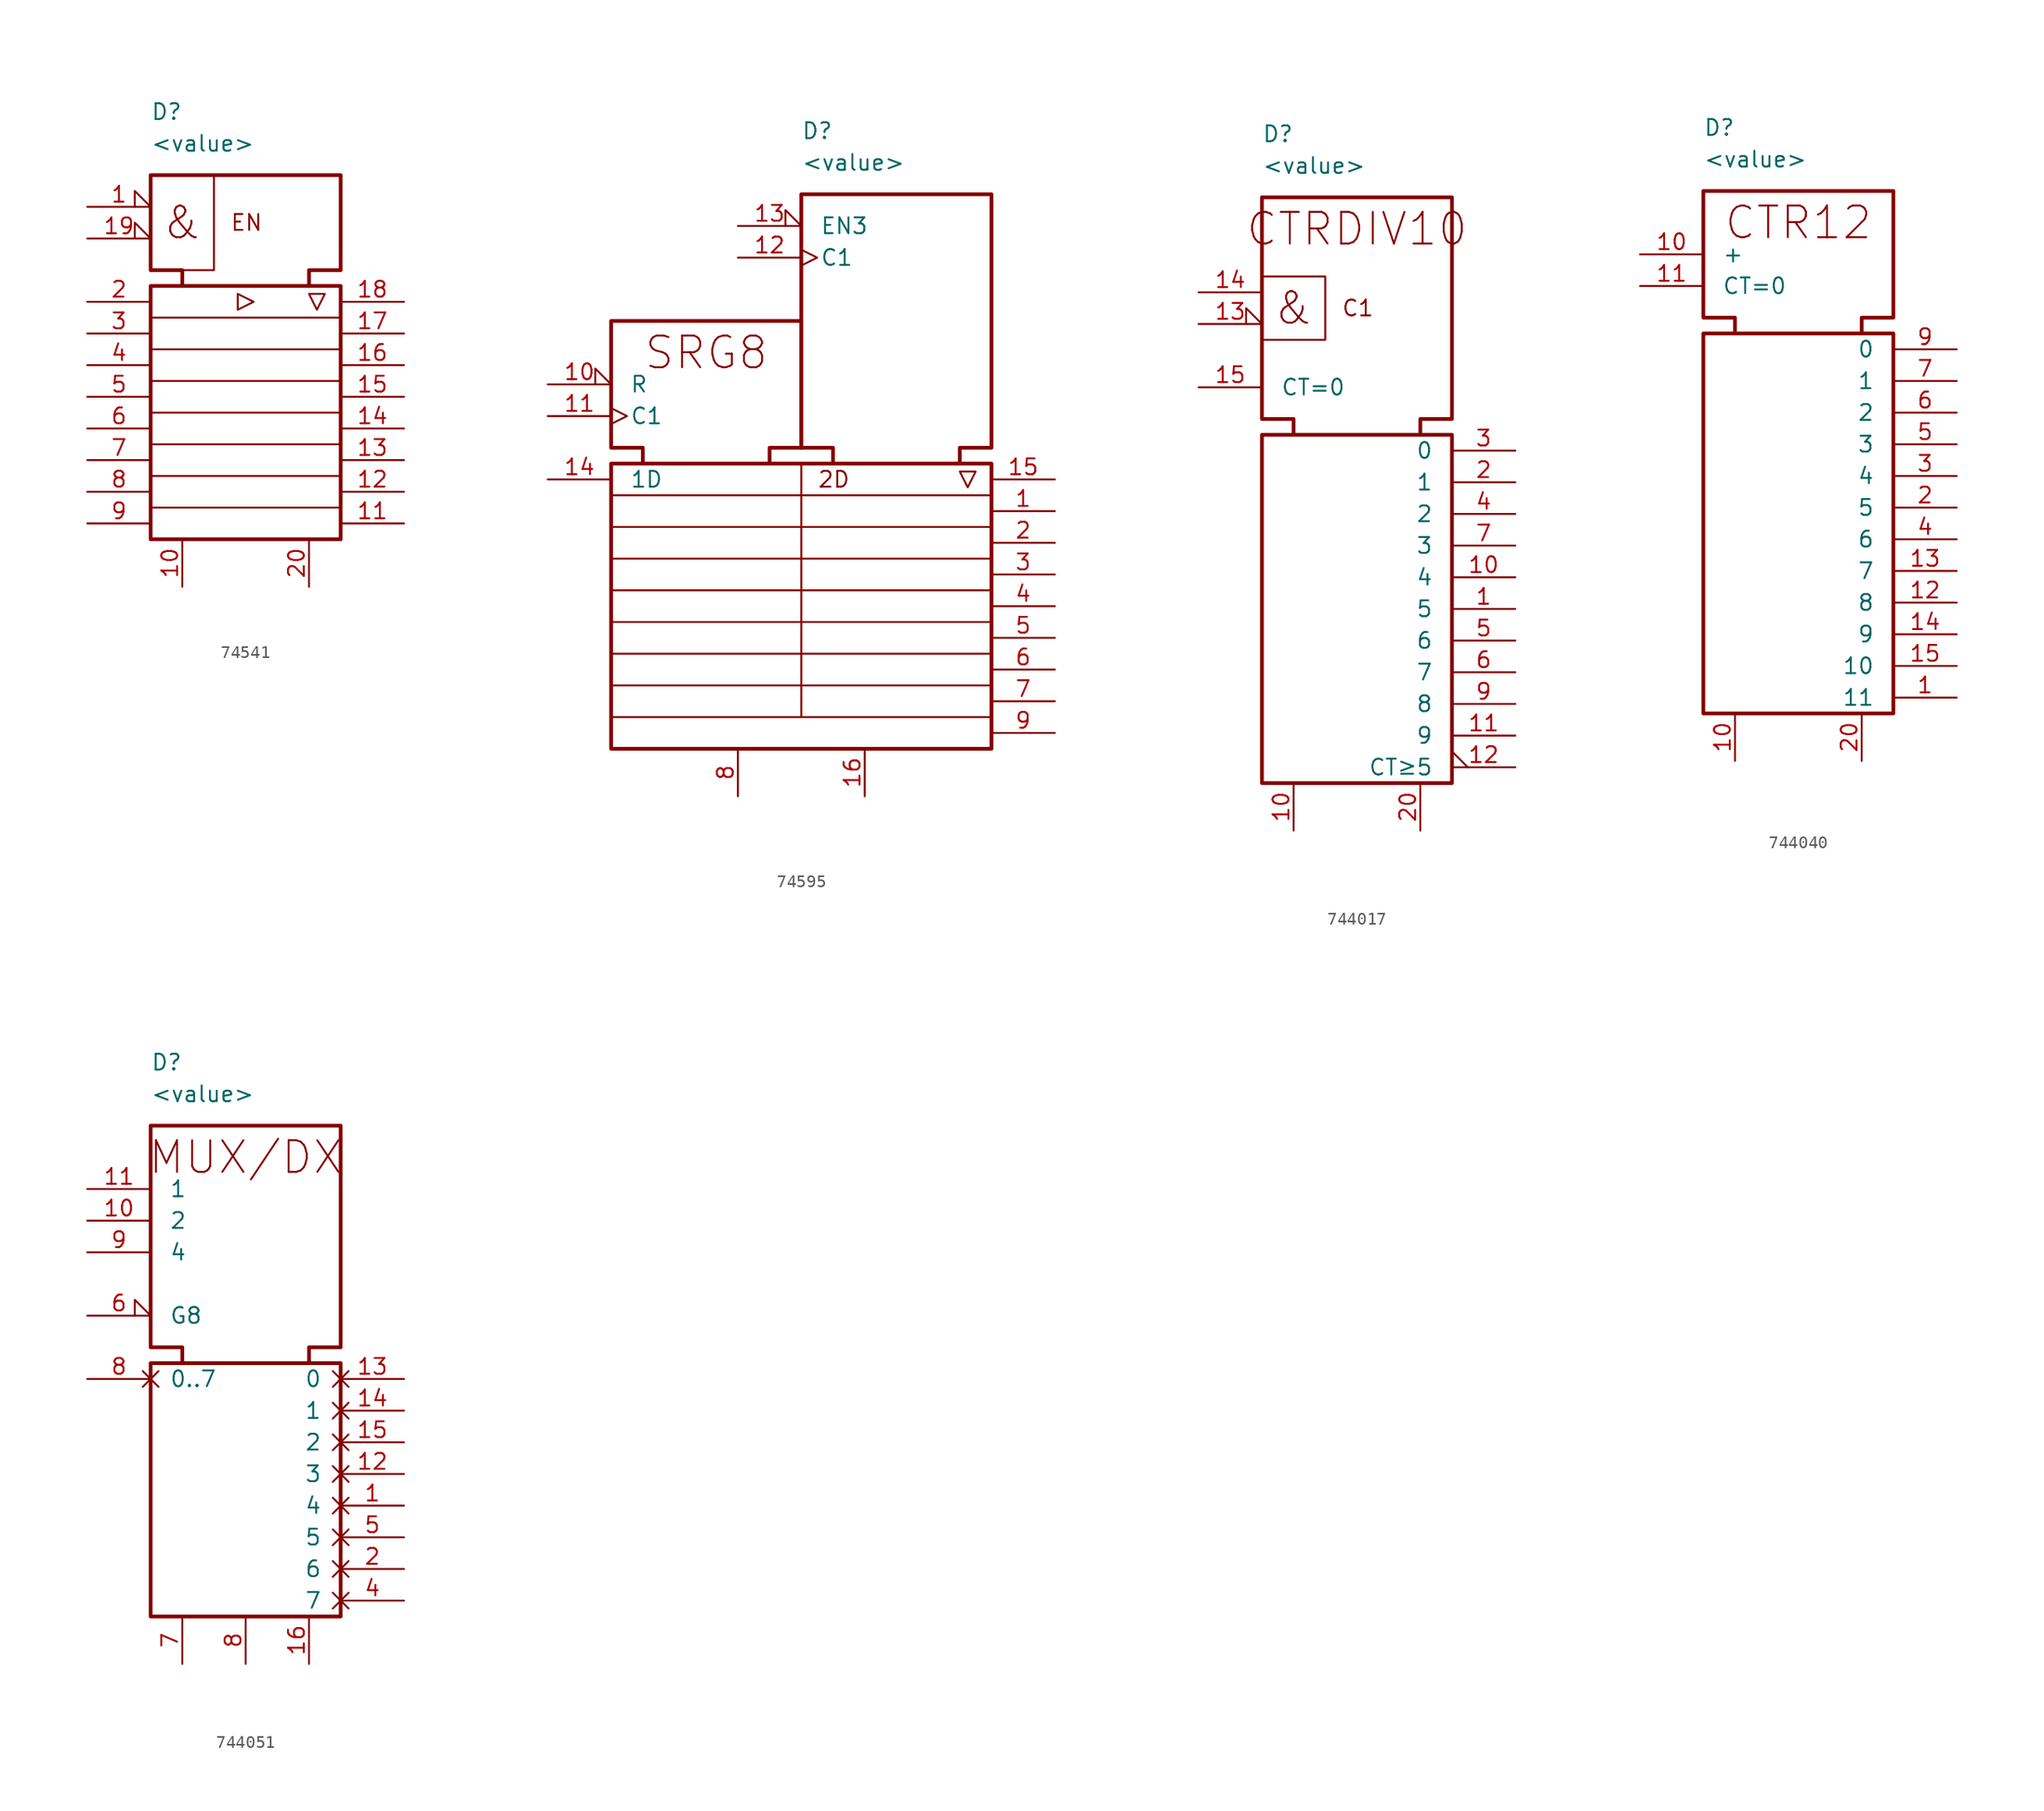
<source format=kicad_sym>
(kicad_symbol_lib
  (version 20231120)
  (generator "kicad_symbol_editor")
  (generator_version "8.0")
  (symbol "74541"
    (pin_names
      (offset 1))
    (property "Reference" "D"
      (at -7.62 25.4 0)
      (effects (font (size 1.27 1.27)) (justify left)))
    (property "Value" "<value>"
      (at -7.62 22.86 0)
      (effects (font (size 1.27 1.27)) (justify left)))
    (symbol "74541_0_1"
      (rectangle (start -7.62 11.43) (end 7.62 -8.89) (stroke (width 0.3) (type default)) (fill (type none)))
      (rectangle (start -7.62 20.32) (end -2.54 12.7) (stroke (width 0) (type default)) (fill (type none)))
      (polyline (pts (xy 7.62 -6.35) (xy -7.62 -6.35)) (stroke (width 0) (type default)) (fill (type none)))
      (polyline (pts (xy 7.62 -3.81) (xy -7.62 -3.81)) (stroke (width 0) (type default)) (fill (type none)))
      (polyline (pts (xy 7.62 -1.27) (xy -7.62 -1.27)) (stroke (width 0) (type default)) (fill (type none)))
      (polyline (pts (xy 7.62 1.27) (xy -7.62 1.27)) (stroke (width 0) (type default)) (fill (type none)))
      (polyline (pts (xy 7.62 3.81) (xy -7.62 3.81)) (stroke (width 0) (type default)) (fill (type none)))
      (polyline (pts (xy 7.62 6.35) (xy -7.62 6.35)) (stroke (width 0) (type default)) (fill (type none)))
      (polyline (pts (xy 7.62 8.89) (xy -7.62 8.89)) (stroke (width 0) (type default)) (fill (type none)))
      (polyline (pts (xy -0.635 9.525) (xy -0.635 10.795) (xy 0.635 10.16) (xy -0.635 9.525)) (stroke (width 0) (type default)) (fill (type none)))
      (polyline (pts (xy 5.08 10.795) (xy 6.35 10.795) (xy 5.715 9.525) (xy 5.08 10.795)) (stroke (width 0) (type default)) (fill (type none)))
      (polyline (pts (xy -5.08 11.43) (xy -5.08 12.7) (xy -7.62 12.7) (xy -7.62 20.32) (xy 7.62 20.32) (xy 7.62 12.7) (xy 5.08 12.7) (xy 5.08 11.43)) (stroke (width 0.3) (type default)) (fill (type none)))
      (text "&" (at -5.08 16.51 0) (effects (font (size 2.54 2.54))))
      (text "EN" (at -1.27 16.51 0) (effects (font (size 1.27 1.27)) (justify left))))
    (symbol "74541_1_1"
      (pin input input_low (at -12.7 17.78 0) (length 5.08) (name "" (effects (font (size 1.27 1.27)))) (number "1" (effects (font (size 1.27 1.27)))))
      (pin power_in line (at -5.08 -12.7 90) (length 3.81) (name "" (effects (font (size 1.27 1.27)))) (number "10" (effects (font (size 1.27 1.27)))))
      (pin tri_state line (at 12.7 -7.62 180) (length 5.08) (name "" (effects (font (size 1.27 1.27)))) (number "11" (effects (font (size 1.27 1.27)))))
      (pin tri_state line (at 12.7 -5.08 180) (length 5.08) (name "" (effects (font (size 1.27 1.27)))) (number "12" (effects (font (size 1.27 1.27)))))
      (pin tri_state line (at 12.7 -2.54 180) (length 5.08) (name "" (effects (font (size 1.27 1.27)))) (number "13" (effects (font (size 1.27 1.27)))))
      (pin tri_state line (at 12.7 0 180) (length 5.08) (name "" (effects (font (size 1.27 1.27)))) (number "14" (effects (font (size 1.27 1.27)))))
      (pin tri_state line (at 12.7 2.54 180) (length 5.08) (name "" (effects (font (size 1.27 1.27)))) (number "15" (effects (font (size 1.27 1.27)))))
      (pin tri_state line (at 12.7 5.08 180) (length 5.08) (name "" (effects (font (size 1.27 1.27)))) (number "16" (effects (font (size 1.27 1.27)))))
      (pin tri_state line (at 12.7 7.62 180) (length 5.08) (name "" (effects (font (size 1.27 1.27)))) (number "17" (effects (font (size 1.27 1.27)))))
      (pin tri_state line (at 12.7 10.16 180) (length 5.08) (name "" (effects (font (size 1.27 1.27)))) (number "18" (effects (font (size 1.27 1.27)))))
      (pin input input_low (at -12.7 15.24 0) (length 5.08) (name "" (effects (font (size 1.27 1.27)))) (number "19" (effects (font (size 1.27 1.27)))))
      (pin input line (at -12.7 10.16 0) (length 5.08) (name "" (effects (font (size 1.27 1.27)))) (number "2" (effects (font (size 1.27 1.27)))))
      (pin power_in line (at 5.08 -12.7 90) (length 3.81) (name "" (effects (font (size 1.27 1.27)))) (number "20" (effects (font (size 1.27 1.27)))))
      (pin input line (at -12.7 7.62 0) (length 5.08) (name "" (effects (font (size 1.27 1.27)))) (number "3" (effects (font (size 1.27 1.27)))))
      (pin input line (at -12.7 5.08 0) (length 5.08) (name "" (effects (font (size 1.27 1.27)))) (number "4" (effects (font (size 1.27 1.27)))))
      (pin input line (at -12.7 2.54 0) (length 5.08) (name "" (effects (font (size 1.27 1.27)))) (number "5" (effects (font (size 1.27 1.27)))))
      (pin input line (at -12.7 0 0) (length 5.08) (name "" (effects (font (size 1.27 1.27)))) (number "6" (effects (font (size 1.27 1.27)))))
      (pin input line (at -12.7 -2.54 0) (length 5.08) (name "" (effects (font (size 1.27 1.27)))) (number "7" (effects (font (size 1.27 1.27)))))
      (pin input line (at -12.7 -5.08 0) (length 5.08) (name "" (effects (font (size 1.27 1.27)))) (number "8" (effects (font (size 1.27 1.27)))))
      (pin input line (at -12.7 -7.62 0) (length 5.08) (name "" (effects (font (size 1.27 1.27)))) (number "9" (effects (font (size 1.27 1.27)))))))
  (symbol "74595"
    (pin_names
      (offset 1.5))
    (property "Reference" "D"
      (at 7.62 35.56 0)
      (effects (font (size 1.27 1.27)) (justify left)))
    (property "Value" "<value>"
      (at 7.62 33.02 0)
      (effects (font (size 1.27 1.27)) (justify left)))
    (symbol "74595_0_1"
      (polyline (pts (xy 7.62 8.89) (xy 7.62 -11.43)) (stroke (width 0) (type default)) (fill (type none)))
      (polyline (pts (xy 22.86 -11.43) (xy -7.62 -11.43)) (stroke (width 0) (type default)) (fill (type none)))
      (polyline (pts (xy 22.86 -8.89) (xy -7.62 -8.89)) (stroke (width 0) (type default)) (fill (type none)))
      (polyline (pts (xy 22.86 -6.35) (xy -7.62 -6.35)) (stroke (width 0) (type default)) (fill (type none)))
      (polyline (pts (xy 22.86 -3.81) (xy -7.62 -3.81)) (stroke (width 0) (type default)) (fill (type none)))
      (polyline (pts (xy 22.86 -1.27) (xy -7.62 -1.27)) (stroke (width 0) (type default)) (fill (type none)))
      (polyline (pts (xy 22.86 1.27) (xy -7.62 1.27)) (stroke (width 0) (type default)) (fill (type none)))
      (polyline (pts (xy 22.86 3.81) (xy -7.62 3.81)) (stroke (width 0) (type default)) (fill (type none)))
      (polyline (pts (xy 22.86 6.35) (xy -7.62 6.35)) (stroke (width 0) (type default)) (fill (type none)))
      (polyline (pts (xy 20.32 8.255) (xy 21.59 8.255) (xy 20.955 6.985) (xy 20.32 8.255)) (stroke (width 0) (type default)) (fill (type none)))
      (polyline (pts (xy -7.62 8.89) (xy 22.86 8.89) (xy 22.86 -13.97) (xy -7.62 -13.97) (xy -7.62 8.89)) (stroke (width 0.3) (type default)) (fill (type none)))
      (polyline (pts (xy -5.08 8.89) (xy -5.08 10.16) (xy -7.62 10.16) (xy -7.62 20.32) (xy 7.62 20.32) (xy 7.62 10.16) (xy 5.08 10.16) (xy 5.08 8.89)) (stroke (width 0.3) (type default)) (fill (type none)))
      (polyline (pts (xy 10.16 8.89) (xy 10.16 10.16) (xy 7.62 10.16) (xy 7.62 30.48) (xy 22.86 30.48) (xy 22.86 10.16) (xy 20.32 10.16) (xy 20.32 8.89)) (stroke (width 0.3) (type default)) (fill (type none)))
      (text "2D" (at 8.89 7.62 0) (effects (font (size 1.27 1.27)) (justify left)))
      (text "SRG8" (at 0 17.78 0) (effects (font (size 2.54 2.54)))))
    (symbol "74595_1_1"
      (pin output line (at 27.94 5.08 180) (length 5.08) (name "" (effects (font (size 1.27 1.27)))) (number "1" (effects (font (size 1.27 1.27)))))
      (pin input input_low (at -12.7 15.24 0) (length 5.08) (name "R" (effects (font (size 1.27 1.27)))) (number "10" (effects (font (size 1.27 1.27)))))
      (pin input clock (at -12.7 12.7 0) (length 5.08) (name "C1" (effects (font (size 1.27 1.27)))) (number "11" (effects (font (size 1.27 1.27)))))
      (pin input clock (at 2.54 25.4 0) (length 5.08) (name "C1" (effects (font (size 1.27 1.27)))) (number "12" (effects (font (size 1.27 1.27)))))
      (pin input input_low (at 2.54 27.94 0) (length 5.08) (name "EN3" (effects (font (size 1.27 1.27)))) (number "13" (effects (font (size 1.27 1.27)))))
      (pin input line (at -12.7 7.62 0) (length 5.08) (name "1D" (effects (font (size 1.27 1.27)))) (number "14" (effects (font (size 1.27 1.27)))))
      (pin output line (at 27.94 7.62 180) (length 5.08) (name "" (effects (font (size 1.27 1.27)))) (number "15" (effects (font (size 1.27 1.27)))))
      (pin power_in line (at 12.7 -17.78 90) (length 3.81) (name "" (effects (font (size 1.27 1.27)))) (number "16" (effects (font (size 1.27 1.27)))))
      (pin output line (at 27.94 2.54 180) (length 5.08) (name "" (effects (font (size 1.27 1.27)))) (number "2" (effects (font (size 1.27 1.27)))))
      (pin output line (at 27.94 0 180) (length 5.08) (name "" (effects (font (size 1.27 1.27)))) (number "3" (effects (font (size 1.27 1.27)))))
      (pin output line (at 27.94 -2.54 180) (length 5.08) (name "" (effects (font (size 1.27 1.27)))) (number "4" (effects (font (size 1.27 1.27)))))
      (pin output line (at 27.94 -5.08 180) (length 5.08) (name "" (effects (font (size 1.27 1.27)))) (number "5" (effects (font (size 1.27 1.27)))))
      (pin output line (at 27.94 -7.62 180) (length 5.08) (name "" (effects (font (size 1.27 1.27)))) (number "6" (effects (font (size 1.27 1.27)))))
      (pin output line (at 27.94 -10.16 180) (length 5.08) (name "" (effects (font (size 1.27 1.27)))) (number "7" (effects (font (size 1.27 1.27)))))
      (pin power_in line (at 2.54 -17.78 90) (length 3.81) (name "" (effects (font (size 1.27 1.27)))) (number "8" (effects (font (size 1.27 1.27)))))
      (pin output line (at 27.94 -12.7 180) (length 5.08) (name "" (effects (font (size 1.27 1.27)))) (number "9" (effects (font (size 1.27 1.27)))))))
  (symbol "744017"
    (pin_names
      (offset 1.5))
    (property "Reference" "D"
      (at -7.62 33.02 0)
      (effects (font (size 1.27 1.27)) (justify left)))
    (property "Value" "<value>"
      (at -7.62 30.48 0)
      (effects (font (size 1.27 1.27)) (justify left)))
    (symbol "744017_0_1"
      (rectangle (start -7.62 8.89) (end 7.62 -19.05) (stroke (width 0.3) (type default)) (fill (type none)))
      (rectangle (start -7.62 21.59) (end -2.54 16.51) (stroke (width 0) (type default)) (fill (type none)))
      (polyline (pts (xy -5.08 8.89) (xy -5.08 10.16) (xy -7.62 10.16) (xy -7.62 27.94) (xy 7.62 27.94) (xy 7.62 10.16) (xy 5.08 10.16) (xy 5.08 8.89)) (stroke (width 0.3) (type default)) (fill (type none)))
      (text "&" (at -5.08 19.05 0) (effects (font (size 2.54 2.54))))
      (text "C1" (at -1.27 19.05 0) (effects (font (size 1.27 1.27)) (justify left)))
      (text "CTRDIV10" (at 0 25.4 0) (effects (font (size 2.54 2.54)))))
    (symbol "744017_1_1"
      (pin output line (at 12.7 -5.08 180) (length 5.08) (name "5" (effects (font (size 1.27 1.27)))) (number "1" (effects (font (size 1.27 1.27)))))
      (pin power_in line (at -5.08 -22.86 90) (length 3.81) (name "" (effects (font (size 1.27 1.27)))) (number "10" (effects (font (size 1.27 1.27)))))
      (pin output line (at 12.7 -2.54 180) (length 5.08) (name "4" (effects (font (size 1.27 1.27)))) (number "10" (effects (font (size 1.27 1.27)))))
      (pin output line (at 12.7 -15.24 180) (length 5.08) (name "9" (effects (font (size 1.27 1.27)))) (number "11" (effects (font (size 1.27 1.27)))))
      (pin output output_low (at 12.7 -17.78 180) (length 5.08) (name "CT≥5" (effects (font (size 1.27 1.27)))) (number "12" (effects (font (size 1.27 1.27)))))
      (pin input input_low (at -12.7 17.78 0) (length 5.08) (name "" (effects (font (size 1.27 1.27)))) (number "13" (effects (font (size 1.27 1.27)))))
      (pin input line (at -12.7 20.32 0) (length 5.08) (name "" (effects (font (size 1.27 1.27)))) (number "14" (effects (font (size 1.27 1.27)))))
      (pin input line (at -12.7 12.7 0) (length 5.08) (name "CT=0" (effects (font (size 1.27 1.27)))) (number "15" (effects (font (size 1.27 1.27)))))
      (pin output line (at 12.7 5.08 180) (length 5.08) (name "1" (effects (font (size 1.27 1.27)))) (number "2" (effects (font (size 1.27 1.27)))))
      (pin power_in line (at 5.08 -22.86 90) (length 3.81) (name "" (effects (font (size 1.27 1.27)))) (number "20" (effects (font (size 1.27 1.27)))))
      (pin output line (at 12.7 7.62 180) (length 5.08) (name "0" (effects (font (size 1.27 1.27)))) (number "3" (effects (font (size 1.27 1.27)))))
      (pin output line (at 12.7 2.54 180) (length 5.08) (name "2" (effects (font (size 1.27 1.27)))) (number "4" (effects (font (size 1.27 1.27)))))
      (pin output line (at 12.7 -7.62 180) (length 5.08) (name "6" (effects (font (size 1.27 1.27)))) (number "5" (effects (font (size 1.27 1.27)))))
      (pin output line (at 12.7 -10.16 180) (length 5.08) (name "7" (effects (font (size 1.27 1.27)))) (number "6" (effects (font (size 1.27 1.27)))))
      (pin output line (at 12.7 0 180) (length 5.08) (name "3" (effects (font (size 1.27 1.27)))) (number "7" (effects (font (size 1.27 1.27)))))
      (pin output line (at 12.7 -12.7 180) (length 5.08) (name "8" (effects (font (size 1.27 1.27)))) (number "9" (effects (font (size 1.27 1.27)))))))
  (symbol "744040"
    (pin_names
      (offset 1.5))
    (property "Reference" "D"
      (at -7.62 25.4 0)
      (effects (font (size 1.27 1.27)) (justify left)))
    (property "Value" "<value>"
      (at -7.62 22.86 0)
      (effects (font (size 1.27 1.27)) (justify left)))
    (symbol "744040_0_1"
      (rectangle (start -7.62 8.89) (end 7.62 -21.59) (stroke (width 0.3) (type default)) (fill (type none)))
      (polyline (pts (xy -5.08 8.89) (xy -5.08 10.16) (xy -7.62 10.16) (xy -7.62 20.32) (xy 7.62 20.32) (xy 7.62 10.16) (xy 5.08 10.16) (xy 5.08 8.89)) (stroke (width 0.3) (type default)) (fill (type none)))
      (text "CTR12" (at 0 17.78 0) (effects (font (size 2.54 2.54)))))
    (symbol "744040_1_1"
      (pin output line (at 12.7 -20.32 180) (length 5.08) (name "11" (effects (font (size 1.27 1.27)))) (number "1" (effects (font (size 1.27 1.27)))))
      (pin power_in line (at -5.08 -25.4 90) (length 3.81) (name "" (effects (font (size 1.27 1.27)))) (number "10" (effects (font (size 1.27 1.27)))))
      (pin input line (at -12.7 15.24 0) (length 5.08) (name "+" (effects (font (size 1.27 1.27)))) (number "10" (effects (font (size 1.27 1.27)))))
      (pin input line (at -12.7 12.7 0) (length 5.08) (name "CT=0" (effects (font (size 1.27 1.27)))) (number "11" (effects (font (size 1.27 1.27)))))
      (pin output line (at 12.7 -12.7 180) (length 5.08) (name "8" (effects (font (size 1.27 1.27)))) (number "12" (effects (font (size 1.27 1.27)))))
      (pin output line (at 12.7 -10.16 180) (length 5.08) (name "7" (effects (font (size 1.27 1.27)))) (number "13" (effects (font (size 1.27 1.27)))))
      (pin output line (at 12.7 -15.24 180) (length 5.08) (name "9" (effects (font (size 1.27 1.27)))) (number "14" (effects (font (size 1.27 1.27)))))
      (pin output line (at 12.7 -17.78 180) (length 5.08) (name "10" (effects (font (size 1.27 1.27)))) (number "15" (effects (font (size 1.27 1.27)))))
      (pin output line (at 12.7 -5.08 180) (length 5.08) (name "5" (effects (font (size 1.27 1.27)))) (number "2" (effects (font (size 1.27 1.27)))))
      (pin power_in line (at 5.08 -25.4 90) (length 3.81) (name "" (effects (font (size 1.27 1.27)))) (number "20" (effects (font (size 1.27 1.27)))))
      (pin output line (at 12.7 -2.54 180) (length 5.08) (name "4" (effects (font (size 1.27 1.27)))) (number "3" (effects (font (size 1.27 1.27)))))
      (pin output line (at 12.7 -7.62 180) (length 5.08) (name "6" (effects (font (size 1.27 1.27)))) (number "4" (effects (font (size 1.27 1.27)))))
      (pin output line (at 12.7 0 180) (length 5.08) (name "3" (effects (font (size 1.27 1.27)))) (number "5" (effects (font (size 1.27 1.27)))))
      (pin output line (at 12.7 2.54 180) (length 5.08) (name "2" (effects (font (size 1.27 1.27)))) (number "6" (effects (font (size 1.27 1.27)))))
      (pin output line (at 12.7 5.08 180) (length 5.08) (name "1" (effects (font (size 1.27 1.27)))) (number "7" (effects (font (size 1.27 1.27)))))
      (pin output line (at 12.7 7.62 180) (length 5.08) (name "0" (effects (font (size 1.27 1.27)))) (number "9" (effects (font (size 1.27 1.27)))))))
  (symbol "744051"
    (pin_names
      (offset 1.5))
    (property "Reference" "D"
      (at -7.62 33.02 0)
      (effects (font (size 1.27 1.27)) (justify left)))
    (property "Value" "<value>"
      (at -7.62 30.48 0)
      (effects (font (size 1.27 1.27)) (justify left)))
    (symbol "744051_0_1"
      (rectangle (start -7.62 8.89) (end 7.62 -11.43) (stroke (width 0.3) (type default)) (fill (type none)))
      (polyline (pts (xy -5.08 8.89) (xy -5.08 10.16) (xy -7.62 10.16) (xy -7.62 27.94) (xy 7.62 27.94) (xy 7.62 10.16) (xy 5.08 10.16) (xy 5.08 8.89)) (stroke (width 0.3) (type default)) (fill (type none)))
      (text "MUX/DX" (at 0 25.4 0) (effects (font (size 2.54 2.54)))))
    (symbol "744051_1_1"
      (pin passive non_logic (at 12.7 -2.54 180) (length 5.08) (name "4" (effects (font (size 1.27 1.27)))) (number "1" (effects (font (size 1.27 1.27)))))
      (pin input line (at -12.7 20.32 0) (length 5.08) (name "2" (effects (font (size 1.27 1.27)))) (number "10" (effects (font (size 1.27 1.27)))))
      (pin input line (at -12.7 22.86 0) (length 5.08) (name "1" (effects (font (size 1.27 1.27)))) (number "11" (effects (font (size 1.27 1.27)))))
      (pin passive non_logic (at 12.7 0 180) (length 5.08) (name "3" (effects (font (size 1.27 1.27)))) (number "12" (effects (font (size 1.27 1.27)))))
      (pin passive non_logic (at 12.7 7.62 180) (length 5.08) (name "0" (effects (font (size 1.27 1.27)))) (number "13" (effects (font (size 1.27 1.27)))))
      (pin passive non_logic (at 12.7 5.08 180) (length 5.08) (name "1" (effects (font (size 1.27 1.27)))) (number "14" (effects (font (size 1.27 1.27)))))
      (pin passive non_logic (at 12.7 2.54 180) (length 5.08) (name "2" (effects (font (size 1.27 1.27)))) (number "15" (effects (font (size 1.27 1.27)))))
      (pin power_in line (at 5.08 -15.24 90) (length 3.81) (name "" (effects (font (size 1.27 1.27)))) (number "16" (effects (font (size 1.27 1.27)))))
      (pin passive non_logic (at 12.7 -7.62 180) (length 5.08) (name "6" (effects (font (size 1.27 1.27)))) (number "2" (effects (font (size 1.27 1.27)))))
      (pin passive non_logic (at 12.7 -10.16 180) (length 5.08) (name "7" (effects (font (size 1.27 1.27)))) (number "4" (effects (font (size 1.27 1.27)))))
      (pin passive non_logic (at 12.7 -5.08 180) (length 5.08) (name "5" (effects (font (size 1.27 1.27)))) (number "5" (effects (font (size 1.27 1.27)))))
      (pin input input_low (at -12.7 12.7 0) (length 5.08) (name "G8" (effects (font (size 1.27 1.27)))) (number "6" (effects (font (size 1.27 1.27)))))
      (pin power_in line (at -5.08 -15.24 90) (length 3.81) (name "" (effects (font (size 1.27 1.27)))) (number "7" (effects (font (size 1.27 1.27)))))
      (pin power_in line (at 0 -15.24 90) (length 3.81) (name "" (effects (font (size 1.27 1.27)))) (number "8" (effects (font (size 1.27 1.27)))))
      (pin passive non_logic (at -12.7 7.62 0) (length 5.08) (name "0..7" (effects (font (size 1.27 1.27)))) (number "8" (effects (font (size 1.27 1.27)))))
      (pin input line (at -12.7 17.78 0) (length 5.08) (name "4" (effects (font (size 1.27 1.27)))) (number "9" (effects (font (size 1.27 1.27))))))))
</source>
